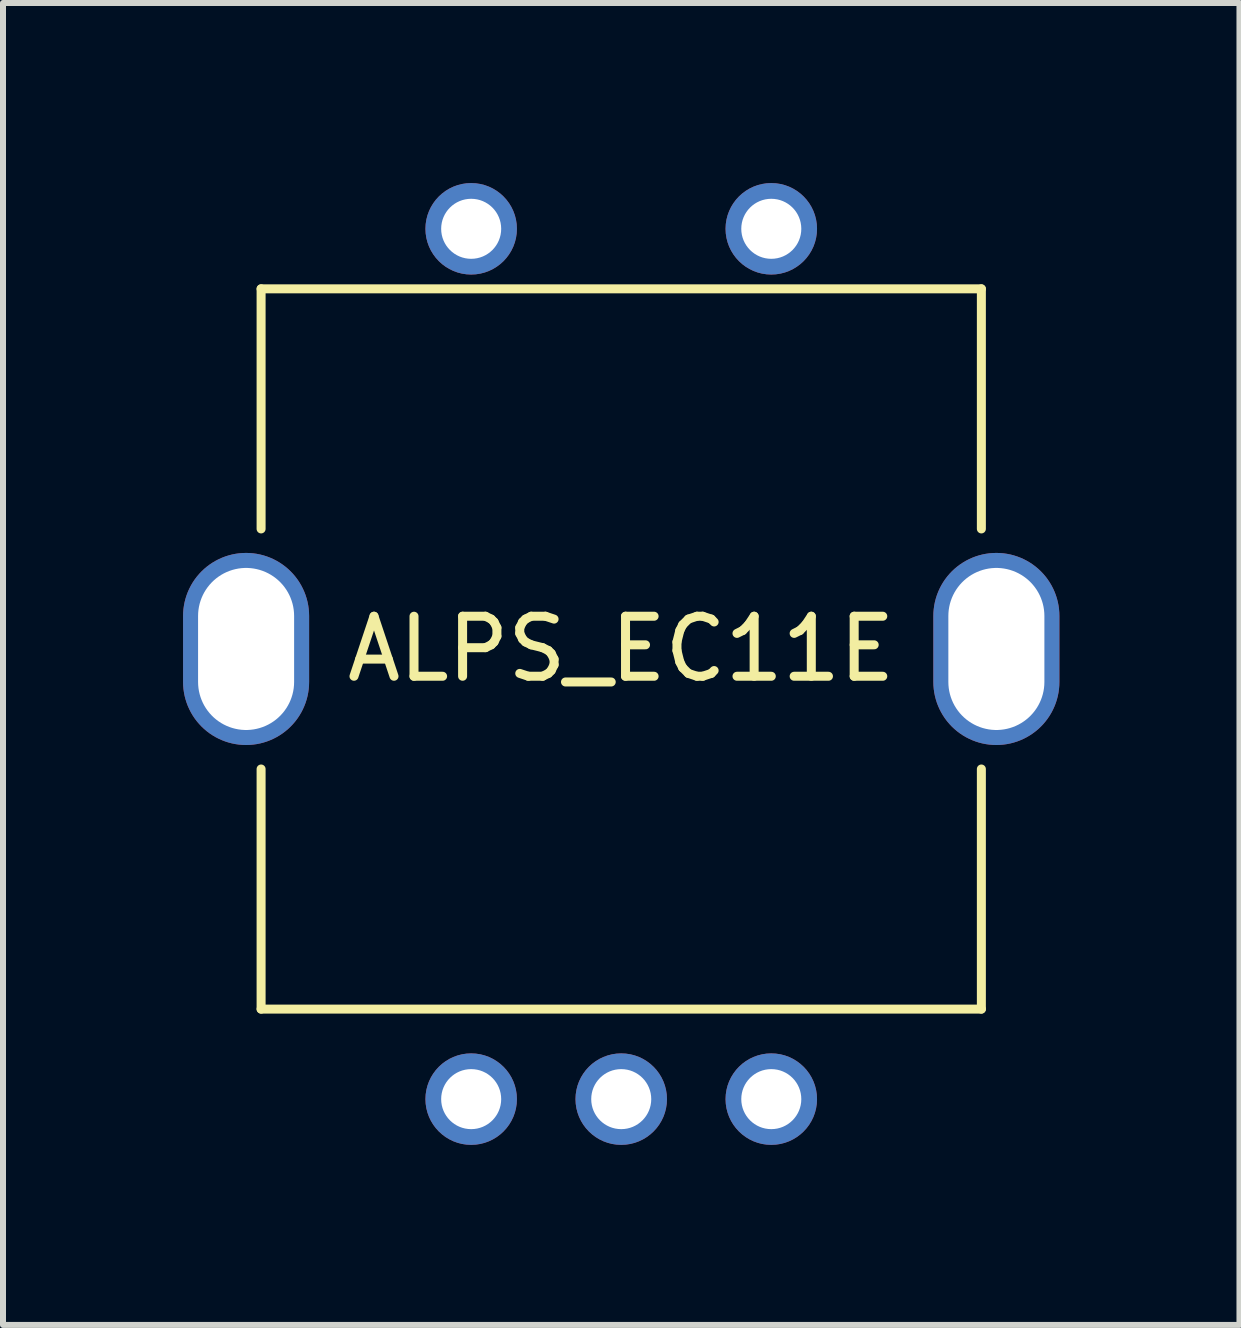
<source format=kicad_pcb>
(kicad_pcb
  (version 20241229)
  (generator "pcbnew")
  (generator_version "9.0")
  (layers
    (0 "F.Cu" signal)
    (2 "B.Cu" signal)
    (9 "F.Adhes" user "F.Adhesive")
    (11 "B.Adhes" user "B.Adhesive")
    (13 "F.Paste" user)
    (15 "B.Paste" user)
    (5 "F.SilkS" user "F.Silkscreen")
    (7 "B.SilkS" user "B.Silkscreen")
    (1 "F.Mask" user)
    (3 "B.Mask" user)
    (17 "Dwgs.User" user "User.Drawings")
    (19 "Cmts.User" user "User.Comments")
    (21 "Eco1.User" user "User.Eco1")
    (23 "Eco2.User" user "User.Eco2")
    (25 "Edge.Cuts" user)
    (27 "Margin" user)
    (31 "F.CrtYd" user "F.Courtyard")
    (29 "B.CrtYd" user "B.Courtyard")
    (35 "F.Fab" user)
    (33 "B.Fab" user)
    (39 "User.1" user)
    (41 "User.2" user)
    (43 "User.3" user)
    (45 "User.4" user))
  (footprint "ALPS_EC11E"
    (layer "F.Cu")
    (at 7.3 7.762)
    (property "Reference" "ALPS_EC11E" (at 0 0 0) (layer "F.SilkS") (effects (font (size 1 1) (thickness 0.15))))
    (attr through_hole)
    (fp_line (start -6 -6) (end 6 -6) (stroke (width 0.15) (type solid)) (layer "F.SilkS"))
    (fp_line (start -6 -2) (end -6 -6) (stroke (width 0.15) (type solid)) (layer "F.SilkS"))
    (fp_line (start -6 6) (end -6 2) (stroke (width 0.15) (type solid)) (layer "F.SilkS"))
    (fp_line (start 6 -6) (end 6 -2) (stroke (width 0.15) (type solid)) (layer "F.SilkS"))
    (fp_line (start 6 6) (end -6 6) (stroke (width 0.15) (type solid)) (layer "F.SilkS"))
    (fp_line (start 6 6) (end 6 2) (stroke (width 0.15) (type solid)) (layer "F.SilkS"))
    (pad "" thru_hole oval (at -6.25 0) (size 2.1 3.2) (drill oval 1.6 2.7) (layers "*.Cu" "*.Mask"))
    (pad "" thru_hole oval (at 6.25 0) (size 2.1 3.2) (drill oval 1.6 2.7) (layers "*.Cu" "*.Mask"))
    (pad "A" thru_hole circle (at -2.5 7.5) (size 1.524 1.524) (drill 1) (layers "*.Cu" "*.Mask"))
    (pad "B" thru_hole circle (at 2.5 7.5) (size 1.524 1.524) (drill 1) (layers "*.Cu" "*.Mask"))
    (pad "C" thru_hole circle (at 0 7.5) (size 1.524 1.524) (drill 1) (layers "*.Cu" "*.Mask"))
    (pad "S1" thru_hole circle (at -2.5 -7) (size 1.524 1.524) (drill 1) (layers "*.Cu" "*.Mask"))
    (pad "S2" thru_hole circle (at 2.5 -7) (size 1.524 1.524) (drill 1) (layers "*.Cu" "*.Mask")))
  (gr_rect
    (start -3 -3)
    (end 17.6 19.024)
    (stroke (width 0.1) (type default))
    (fill no)
    (layer "Edge.Cuts")))
</source>
